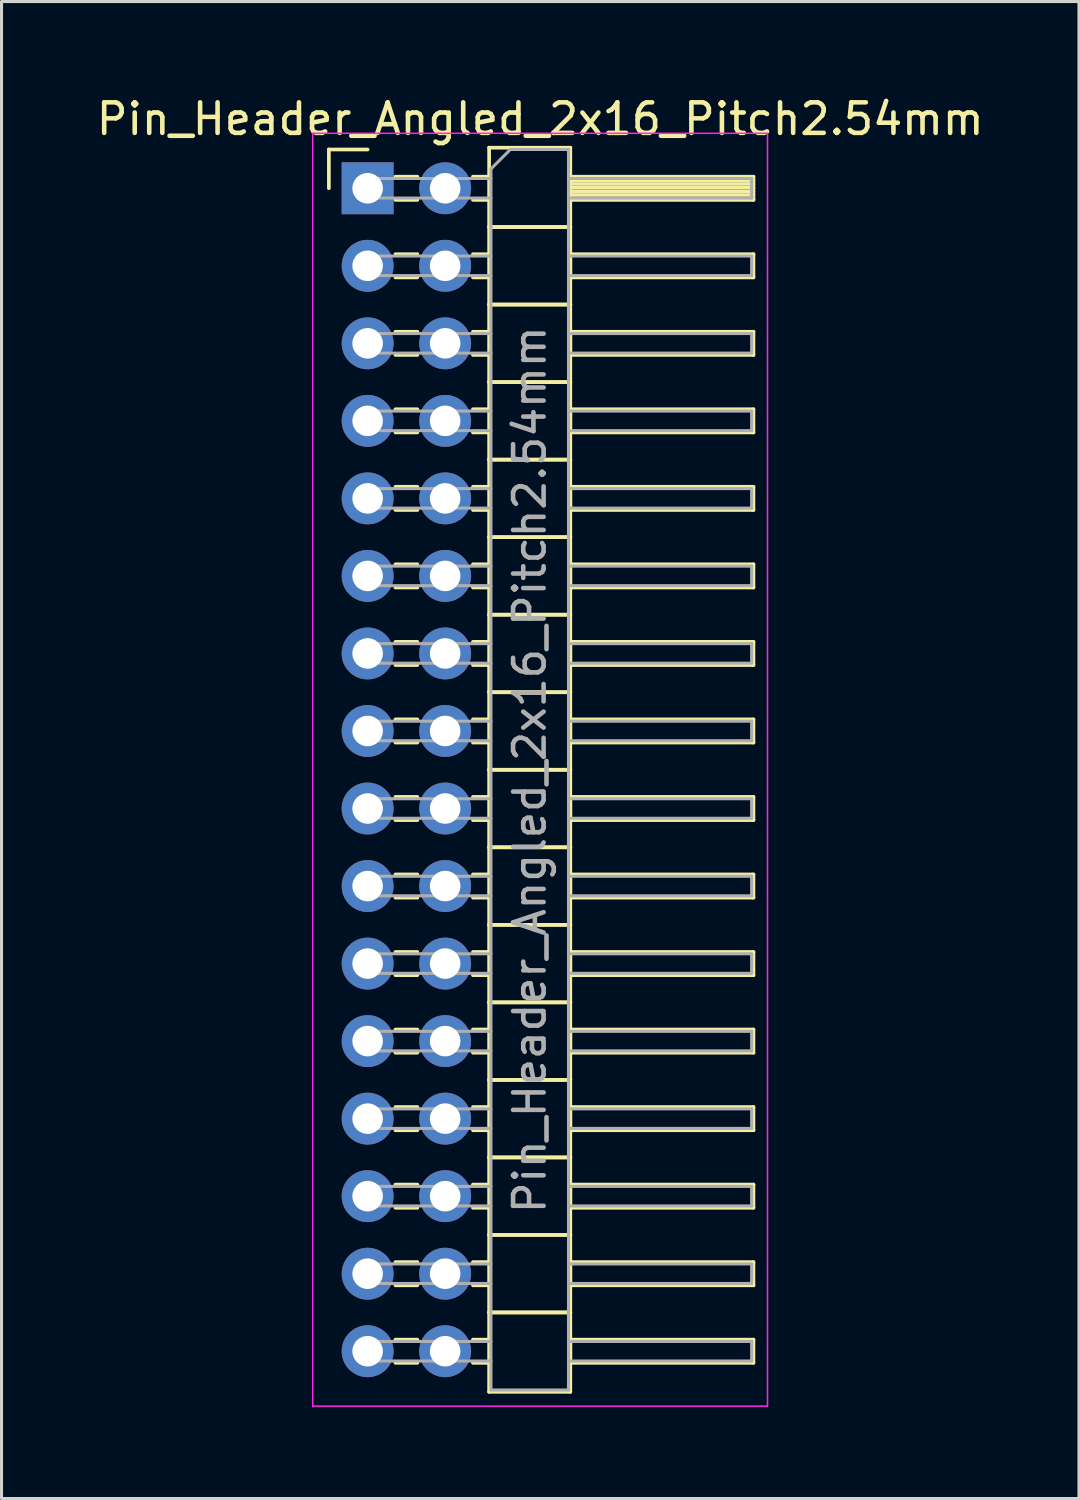
<source format=kicad_pcb>
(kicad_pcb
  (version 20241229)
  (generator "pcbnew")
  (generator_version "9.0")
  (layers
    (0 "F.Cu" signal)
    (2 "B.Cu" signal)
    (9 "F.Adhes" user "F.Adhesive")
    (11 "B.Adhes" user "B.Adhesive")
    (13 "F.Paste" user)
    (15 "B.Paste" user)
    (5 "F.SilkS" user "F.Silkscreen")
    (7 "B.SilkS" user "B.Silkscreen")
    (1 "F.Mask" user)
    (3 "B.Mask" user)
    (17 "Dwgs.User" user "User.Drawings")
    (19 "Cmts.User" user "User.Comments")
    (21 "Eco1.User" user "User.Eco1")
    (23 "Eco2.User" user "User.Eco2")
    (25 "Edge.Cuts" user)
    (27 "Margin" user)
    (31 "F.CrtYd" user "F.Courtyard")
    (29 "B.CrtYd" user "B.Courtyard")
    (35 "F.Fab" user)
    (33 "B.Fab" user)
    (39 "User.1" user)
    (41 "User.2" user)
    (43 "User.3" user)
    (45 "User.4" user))
  (footprint "Pin_Header_Angled_2x16_Pitch2.54mm"
    (layer "F.Cu")
    (at 8.994 3.118)
    (property "Reference" "Pin_Header_Angled_2x16_Pitch2.54mm" (at 5.655 -2.27 0) (layer "F.SilkS") (effects (font (size 1 1) (thickness 0.15))))
    (attr through_hole)
    (fp_line (start -1.27 -1.27) (end 0 -1.27) (stroke (width 0.12) (type solid)) (layer "F.SilkS"))
    (fp_line (start -1.27 0) (end -1.27 -1.27) (stroke (width 0.12) (type solid)) (layer "F.SilkS"))
    (fp_line (start 0.91 -0.38) (end 1.63 -0.38) (stroke (width 0.12) (type solid)) (layer "F.SilkS"))
    (fp_line (start 0.91 0.38) (end 1.63 0.38) (stroke (width 0.12) (type solid)) (layer "F.SilkS"))
    (fp_line (start 0.91 2.16) (end 1.63 2.16) (stroke (width 0.12) (type solid)) (layer "F.SilkS"))
    (fp_line (start 0.91 2.92) (end 1.63 2.92) (stroke (width 0.12) (type solid)) (layer "F.SilkS"))
    (fp_line (start 0.91 4.7) (end 1.63 4.7) (stroke (width 0.12) (type solid)) (layer "F.SilkS"))
    (fp_line (start 0.91 5.46) (end 1.63 5.46) (stroke (width 0.12) (type solid)) (layer "F.SilkS"))
    (fp_line (start 0.91 7.24) (end 1.63 7.24) (stroke (width 0.12) (type solid)) (layer "F.SilkS"))
    (fp_line (start 0.91 8) (end 1.63 8) (stroke (width 0.12) (type solid)) (layer "F.SilkS"))
    (fp_line (start 0.91 9.78) (end 1.63 9.78) (stroke (width 0.12) (type solid)) (layer "F.SilkS"))
    (fp_line (start 0.91 10.54) (end 1.63 10.54) (stroke (width 0.12) (type solid)) (layer "F.SilkS"))
    (fp_line (start 0.91 12.32) (end 1.63 12.32) (stroke (width 0.12) (type solid)) (layer "F.SilkS"))
    (fp_line (start 0.91 13.08) (end 1.63 13.08) (stroke (width 0.12) (type solid)) (layer "F.SilkS"))
    (fp_line (start 0.91 14.86) (end 1.63 14.86) (stroke (width 0.12) (type solid)) (layer "F.SilkS"))
    (fp_line (start 0.91 15.62) (end 1.63 15.62) (stroke (width 0.12) (type solid)) (layer "F.SilkS"))
    (fp_line (start 0.91 17.4) (end 1.63 17.4) (stroke (width 0.12) (type solid)) (layer "F.SilkS"))
    (fp_line (start 0.91 18.16) (end 1.63 18.16) (stroke (width 0.12) (type solid)) (layer "F.SilkS"))
    (fp_line (start 0.91 19.94) (end 1.63 19.94) (stroke (width 0.12) (type solid)) (layer "F.SilkS"))
    (fp_line (start 0.91 20.7) (end 1.63 20.7) (stroke (width 0.12) (type solid)) (layer "F.SilkS"))
    (fp_line (start 0.91 22.48) (end 1.63 22.48) (stroke (width 0.12) (type solid)) (layer "F.SilkS"))
    (fp_line (start 0.91 23.24) (end 1.63 23.24) (stroke (width 0.12) (type solid)) (layer "F.SilkS"))
    (fp_line (start 0.91 25.02) (end 1.63 25.02) (stroke (width 0.12) (type solid)) (layer "F.SilkS"))
    (fp_line (start 0.91 25.78) (end 1.63 25.78) (stroke (width 0.12) (type solid)) (layer "F.SilkS"))
    (fp_line (start 0.91 27.56) (end 1.63 27.56) (stroke (width 0.12) (type solid)) (layer "F.SilkS"))
    (fp_line (start 0.91 28.32) (end 1.63 28.32) (stroke (width 0.12) (type solid)) (layer "F.SilkS"))
    (fp_line (start 0.91 30.1) (end 1.63 30.1) (stroke (width 0.12) (type solid)) (layer "F.SilkS"))
    (fp_line (start 0.91 30.86) (end 1.63 30.86) (stroke (width 0.12) (type solid)) (layer "F.SilkS"))
    (fp_line (start 0.91 32.64) (end 1.63 32.64) (stroke (width 0.12) (type solid)) (layer "F.SilkS"))
    (fp_line (start 0.91 33.4) (end 1.63 33.4) (stroke (width 0.12) (type solid)) (layer "F.SilkS"))
    (fp_line (start 0.91 35.18) (end 1.63 35.18) (stroke (width 0.12) (type solid)) (layer "F.SilkS"))
    (fp_line (start 0.91 35.94) (end 1.63 35.94) (stroke (width 0.12) (type solid)) (layer "F.SilkS"))
    (fp_line (start 0.91 37.72) (end 1.63 37.72) (stroke (width 0.12) (type solid)) (layer "F.SilkS"))
    (fp_line (start 0.91 38.48) (end 1.63 38.48) (stroke (width 0.12) (type solid)) (layer "F.SilkS"))
    (fp_line (start 3.45 -0.38) (end 3.98 -0.38) (stroke (width 0.12) (type solid)) (layer "F.SilkS"))
    (fp_line (start 3.45 0.38) (end 3.98 0.38) (stroke (width 0.12) (type solid)) (layer "F.SilkS"))
    (fp_line (start 3.45 2.16) (end 3.98 2.16) (stroke (width 0.12) (type solid)) (layer "F.SilkS"))
    (fp_line (start 3.45 2.92) (end 3.98 2.92) (stroke (width 0.12) (type solid)) (layer "F.SilkS"))
    (fp_line (start 3.45 4.7) (end 3.98 4.7) (stroke (width 0.12) (type solid)) (layer "F.SilkS"))
    (fp_line (start 3.45 5.46) (end 3.98 5.46) (stroke (width 0.12) (type solid)) (layer "F.SilkS"))
    (fp_line (start 3.45 7.24) (end 3.98 7.24) (stroke (width 0.12) (type solid)) (layer "F.SilkS"))
    (fp_line (start 3.45 8) (end 3.98 8) (stroke (width 0.12) (type solid)) (layer "F.SilkS"))
    (fp_line (start 3.45 9.78) (end 3.98 9.78) (stroke (width 0.12) (type solid)) (layer "F.SilkS"))
    (fp_line (start 3.45 10.54) (end 3.98 10.54) (stroke (width 0.12) (type solid)) (layer "F.SilkS"))
    (fp_line (start 3.45 12.32) (end 3.98 12.32) (stroke (width 0.12) (type solid)) (layer "F.SilkS"))
    (fp_line (start 3.45 13.08) (end 3.98 13.08) (stroke (width 0.12) (type solid)) (layer "F.SilkS"))
    (fp_line (start 3.45 14.86) (end 3.98 14.86) (stroke (width 0.12) (type solid)) (layer "F.SilkS"))
    (fp_line (start 3.45 15.62) (end 3.98 15.62) (stroke (width 0.12) (type solid)) (layer "F.SilkS"))
    (fp_line (start 3.45 17.4) (end 3.98 17.4) (stroke (width 0.12) (type solid)) (layer "F.SilkS"))
    (fp_line (start 3.45 18.16) (end 3.98 18.16) (stroke (width 0.12) (type solid)) (layer "F.SilkS"))
    (fp_line (start 3.45 19.94) (end 3.98 19.94) (stroke (width 0.12) (type solid)) (layer "F.SilkS"))
    (fp_line (start 3.45 20.7) (end 3.98 20.7) (stroke (width 0.12) (type solid)) (layer "F.SilkS"))
    (fp_line (start 3.45 22.48) (end 3.98 22.48) (stroke (width 0.12) (type solid)) (layer "F.SilkS"))
    (fp_line (start 3.45 23.24) (end 3.98 23.24) (stroke (width 0.12) (type solid)) (layer "F.SilkS"))
    (fp_line (start 3.45 25.02) (end 3.98 25.02) (stroke (width 0.12) (type solid)) (layer "F.SilkS"))
    (fp_line (start 3.45 25.78) (end 3.98 25.78) (stroke (width 0.12) (type solid)) (layer "F.SilkS"))
    (fp_line (start 3.45 27.56) (end 3.98 27.56) (stroke (width 0.12) (type solid)) (layer "F.SilkS"))
    (fp_line (start 3.45 28.32) (end 3.98 28.32) (stroke (width 0.12) (type solid)) (layer "F.SilkS"))
    (fp_line (start 3.45 30.1) (end 3.98 30.1) (stroke (width 0.12) (type solid)) (layer "F.SilkS"))
    (fp_line (start 3.45 30.86) (end 3.98 30.86) (stroke (width 0.12) (type solid)) (layer "F.SilkS"))
    (fp_line (start 3.45 32.64) (end 3.98 32.64) (stroke (width 0.12) (type solid)) (layer "F.SilkS"))
    (fp_line (start 3.45 33.4) (end 3.98 33.4) (stroke (width 0.12) (type solid)) (layer "F.SilkS"))
    (fp_line (start 3.45 35.18) (end 3.98 35.18) (stroke (width 0.12) (type solid)) (layer "F.SilkS"))
    (fp_line (start 3.45 35.94) (end 3.98 35.94) (stroke (width 0.12) (type solid)) (layer "F.SilkS"))
    (fp_line (start 3.45 37.72) (end 3.98 37.72) (stroke (width 0.12) (type solid)) (layer "F.SilkS"))
    (fp_line (start 3.45 38.48) (end 3.98 38.48) (stroke (width 0.12) (type solid)) (layer "F.SilkS"))
    (fp_line (start 3.98 -1.33) (end 3.98 1.27) (stroke (width 0.12) (type solid)) (layer "F.SilkS"))
    (fp_line (start 3.98 1.27) (end 3.98 3.81) (stroke (width 0.12) (type solid)) (layer "F.SilkS"))
    (fp_line (start 3.98 1.27) (end 6.64 1.27) (stroke (width 0.12) (type solid)) (layer "F.SilkS"))
    (fp_line (start 3.98 3.81) (end 3.98 6.35) (stroke (width 0.12) (type solid)) (layer "F.SilkS"))
    (fp_line (start 3.98 3.81) (end 6.64 3.81) (stroke (width 0.12) (type solid)) (layer "F.SilkS"))
    (fp_line (start 3.98 6.35) (end 3.98 8.89) (stroke (width 0.12) (type solid)) (layer "F.SilkS"))
    (fp_line (start 3.98 6.35) (end 6.64 6.35) (stroke (width 0.12) (type solid)) (layer "F.SilkS"))
    (fp_line (start 3.98 8.89) (end 3.98 11.43) (stroke (width 0.12) (type solid)) (layer "F.SilkS"))
    (fp_line (start 3.98 8.89) (end 6.64 8.89) (stroke (width 0.12) (type solid)) (layer "F.SilkS"))
    (fp_line (start 3.98 11.43) (end 3.98 13.97) (stroke (width 0.12) (type solid)) (layer "F.SilkS"))
    (fp_line (start 3.98 11.43) (end 6.64 11.43) (stroke (width 0.12) (type solid)) (layer "F.SilkS"))
    (fp_line (start 3.98 13.97) (end 3.98 16.51) (stroke (width 0.12) (type solid)) (layer "F.SilkS"))
    (fp_line (start 3.98 13.97) (end 6.64 13.97) (stroke (width 0.12) (type solid)) (layer "F.SilkS"))
    (fp_line (start 3.98 16.51) (end 3.98 19.05) (stroke (width 0.12) (type solid)) (layer "F.SilkS"))
    (fp_line (start 3.98 16.51) (end 6.64 16.51) (stroke (width 0.12) (type solid)) (layer "F.SilkS"))
    (fp_line (start 3.98 19.05) (end 3.98 21.59) (stroke (width 0.12) (type solid)) (layer "F.SilkS"))
    (fp_line (start 3.98 19.05) (end 6.64 19.05) (stroke (width 0.12) (type solid)) (layer "F.SilkS"))
    (fp_line (start 3.98 21.59) (end 3.98 24.13) (stroke (width 0.12) (type solid)) (layer "F.SilkS"))
    (fp_line (start 3.98 21.59) (end 6.64 21.59) (stroke (width 0.12) (type solid)) (layer "F.SilkS"))
    (fp_line (start 3.98 24.13) (end 3.98 26.67) (stroke (width 0.12) (type solid)) (layer "F.SilkS"))
    (fp_line (start 3.98 24.13) (end 6.64 24.13) (stroke (width 0.12) (type solid)) (layer "F.SilkS"))
    (fp_line (start 3.98 26.67) (end 3.98 29.21) (stroke (width 0.12) (type solid)) (layer "F.SilkS"))
    (fp_line (start 3.98 26.67) (end 6.64 26.67) (stroke (width 0.12) (type solid)) (layer "F.SilkS"))
    (fp_line (start 3.98 29.21) (end 3.98 31.75) (stroke (width 0.12) (type solid)) (layer "F.SilkS"))
    (fp_line (start 3.98 29.21) (end 6.64 29.21) (stroke (width 0.12) (type solid)) (layer "F.SilkS"))
    (fp_line (start 3.98 31.75) (end 3.98 34.29) (stroke (width 0.12) (type solid)) (layer "F.SilkS"))
    (fp_line (start 3.98 31.75) (end 6.64 31.75) (stroke (width 0.12) (type solid)) (layer "F.SilkS"))
    (fp_line (start 3.98 34.29) (end 3.98 36.83) (stroke (width 0.12) (type solid)) (layer "F.SilkS"))
    (fp_line (start 3.98 34.29) (end 6.64 34.29) (stroke (width 0.12) (type solid)) (layer "F.SilkS"))
    (fp_line (start 3.98 36.83) (end 3.98 39.43) (stroke (width 0.12) (type solid)) (layer "F.SilkS"))
    (fp_line (start 3.98 36.83) (end 6.64 36.83) (stroke (width 0.12) (type solid)) (layer "F.SilkS"))
    (fp_line (start 3.98 39.43) (end 6.64 39.43) (stroke (width 0.12) (type solid)) (layer "F.SilkS"))
    (fp_line (start 6.64 -1.33) (end 3.98 -1.33) (stroke (width 0.12) (type solid)) (layer "F.SilkS"))
    (fp_line (start 6.64 -0.38) (end 6.64 0.38) (stroke (width 0.12) (type solid)) (layer "F.SilkS"))
    (fp_line (start 6.64 -0.26) (end 12.64 -0.26) (stroke (width 0.12) (type solid)) (layer "F.SilkS"))
    (fp_line (start 6.64 -0.14) (end 12.64 -0.14) (stroke (width 0.12) (type solid)) (layer "F.SilkS"))
    (fp_line (start 6.64 -0.02) (end 12.64 -0.02) (stroke (width 0.12) (type solid)) (layer "F.SilkS"))
    (fp_line (start 6.64 0.1) (end 12.64 0.1) (stroke (width 0.12) (type solid)) (layer "F.SilkS"))
    (fp_line (start 6.64 0.22) (end 12.64 0.22) (stroke (width 0.12) (type solid)) (layer "F.SilkS"))
    (fp_line (start 6.64 0.34) (end 12.64 0.34) (stroke (width 0.12) (type solid)) (layer "F.SilkS"))
    (fp_line (start 6.64 0.38) (end 12.64 0.38) (stroke (width 0.12) (type solid)) (layer "F.SilkS"))
    (fp_line (start 6.64 1.27) (end 3.98 1.27) (stroke (width 0.12) (type solid)) (layer "F.SilkS"))
    (fp_line (start 6.64 1.27) (end 6.64 -1.33) (stroke (width 0.12) (type solid)) (layer "F.SilkS"))
    (fp_line (start 6.64 2.16) (end 6.64 2.92) (stroke (width 0.12) (type solid)) (layer "F.SilkS"))
    (fp_line (start 6.64 2.92) (end 12.64 2.92) (stroke (width 0.12) (type solid)) (layer "F.SilkS"))
    (fp_line (start 6.64 3.81) (end 3.98 3.81) (stroke (width 0.12) (type solid)) (layer "F.SilkS"))
    (fp_line (start 6.64 3.81) (end 6.64 1.27) (stroke (width 0.12) (type solid)) (layer "F.SilkS"))
    (fp_line (start 6.64 4.7) (end 6.64 5.46) (stroke (width 0.12) (type solid)) (layer "F.SilkS"))
    (fp_line (start 6.64 5.46) (end 12.64 5.46) (stroke (width 0.12) (type solid)) (layer "F.SilkS"))
    (fp_line (start 6.64 6.35) (end 3.98 6.35) (stroke (width 0.12) (type solid)) (layer "F.SilkS"))
    (fp_line (start 6.64 6.35) (end 6.64 3.81) (stroke (width 0.12) (type solid)) (layer "F.SilkS"))
    (fp_line (start 6.64 7.24) (end 6.64 8) (stroke (width 0.12) (type solid)) (layer "F.SilkS"))
    (fp_line (start 6.64 8) (end 12.64 8) (stroke (width 0.12) (type solid)) (layer "F.SilkS"))
    (fp_line (start 6.64 8.89) (end 3.98 8.89) (stroke (width 0.12) (type solid)) (layer "F.SilkS"))
    (fp_line (start 6.64 8.89) (end 6.64 6.35) (stroke (width 0.12) (type solid)) (layer "F.SilkS"))
    (fp_line (start 6.64 9.78) (end 6.64 10.54) (stroke (width 0.12) (type solid)) (layer "F.SilkS"))
    (fp_line (start 6.64 10.54) (end 12.64 10.54) (stroke (width 0.12) (type solid)) (layer "F.SilkS"))
    (fp_line (start 6.64 11.43) (end 3.98 11.43) (stroke (width 0.12) (type solid)) (layer "F.SilkS"))
    (fp_line (start 6.64 11.43) (end 6.64 8.89) (stroke (width 0.12) (type solid)) (layer "F.SilkS"))
    (fp_line (start 6.64 12.32) (end 6.64 13.08) (stroke (width 0.12) (type solid)) (layer "F.SilkS"))
    (fp_line (start 6.64 13.08) (end 12.64 13.08) (stroke (width 0.12) (type solid)) (layer "F.SilkS"))
    (fp_line (start 6.64 13.97) (end 3.98 13.97) (stroke (width 0.12) (type solid)) (layer "F.SilkS"))
    (fp_line (start 6.64 13.97) (end 6.64 11.43) (stroke (width 0.12) (type solid)) (layer "F.SilkS"))
    (fp_line (start 6.64 14.86) (end 6.64 15.62) (stroke (width 0.12) (type solid)) (layer "F.SilkS"))
    (fp_line (start 6.64 15.62) (end 12.64 15.62) (stroke (width 0.12) (type solid)) (layer "F.SilkS"))
    (fp_line (start 6.64 16.51) (end 3.98 16.51) (stroke (width 0.12) (type solid)) (layer "F.SilkS"))
    (fp_line (start 6.64 16.51) (end 6.64 13.97) (stroke (width 0.12) (type solid)) (layer "F.SilkS"))
    (fp_line (start 6.64 17.4) (end 6.64 18.16) (stroke (width 0.12) (type solid)) (layer "F.SilkS"))
    (fp_line (start 6.64 18.16) (end 12.64 18.16) (stroke (width 0.12) (type solid)) (layer "F.SilkS"))
    (fp_line (start 6.64 19.05) (end 3.98 19.05) (stroke (width 0.12) (type solid)) (layer "F.SilkS"))
    (fp_line (start 6.64 19.05) (end 6.64 16.51) (stroke (width 0.12) (type solid)) (layer "F.SilkS"))
    (fp_line (start 6.64 19.94) (end 6.64 20.7) (stroke (width 0.12) (type solid)) (layer "F.SilkS"))
    (fp_line (start 6.64 20.7) (end 12.64 20.7) (stroke (width 0.12) (type solid)) (layer "F.SilkS"))
    (fp_line (start 6.64 21.59) (end 3.98 21.59) (stroke (width 0.12) (type solid)) (layer "F.SilkS"))
    (fp_line (start 6.64 21.59) (end 6.64 19.05) (stroke (width 0.12) (type solid)) (layer "F.SilkS"))
    (fp_line (start 6.64 22.48) (end 6.64 23.24) (stroke (width 0.12) (type solid)) (layer "F.SilkS"))
    (fp_line (start 6.64 23.24) (end 12.64 23.24) (stroke (width 0.12) (type solid)) (layer "F.SilkS"))
    (fp_line (start 6.64 24.13) (end 3.98 24.13) (stroke (width 0.12) (type solid)) (layer "F.SilkS"))
    (fp_line (start 6.64 24.13) (end 6.64 21.59) (stroke (width 0.12) (type solid)) (layer "F.SilkS"))
    (fp_line (start 6.64 25.02) (end 6.64 25.78) (stroke (width 0.12) (type solid)) (layer "F.SilkS"))
    (fp_line (start 6.64 25.78) (end 12.64 25.78) (stroke (width 0.12) (type solid)) (layer "F.SilkS"))
    (fp_line (start 6.64 26.67) (end 3.98 26.67) (stroke (width 0.12) (type solid)) (layer "F.SilkS"))
    (fp_line (start 6.64 26.67) (end 6.64 24.13) (stroke (width 0.12) (type solid)) (layer "F.SilkS"))
    (fp_line (start 6.64 27.56) (end 6.64 28.32) (stroke (width 0.12) (type solid)) (layer "F.SilkS"))
    (fp_line (start 6.64 28.32) (end 12.64 28.32) (stroke (width 0.12) (type solid)) (layer "F.SilkS"))
    (fp_line (start 6.64 29.21) (end 3.98 29.21) (stroke (width 0.12) (type solid)) (layer "F.SilkS"))
    (fp_line (start 6.64 29.21) (end 6.64 26.67) (stroke (width 0.12) (type solid)) (layer "F.SilkS"))
    (fp_line (start 6.64 30.1) (end 6.64 30.86) (stroke (width 0.12) (type solid)) (layer "F.SilkS"))
    (fp_line (start 6.64 30.86) (end 12.64 30.86) (stroke (width 0.12) (type solid)) (layer "F.SilkS"))
    (fp_line (start 6.64 31.75) (end 3.98 31.75) (stroke (width 0.12) (type solid)) (layer "F.SilkS"))
    (fp_line (start 6.64 31.75) (end 6.64 29.21) (stroke (width 0.12) (type solid)) (layer "F.SilkS"))
    (fp_line (start 6.64 32.64) (end 6.64 33.4) (stroke (width 0.12) (type solid)) (layer "F.SilkS"))
    (fp_line (start 6.64 33.4) (end 12.64 33.4) (stroke (width 0.12) (type solid)) (layer "F.SilkS"))
    (fp_line (start 6.64 34.29) (end 3.98 34.29) (stroke (width 0.12) (type solid)) (layer "F.SilkS"))
    (fp_line (start 6.64 34.29) (end 6.64 31.75) (stroke (width 0.12) (type solid)) (layer "F.SilkS"))
    (fp_line (start 6.64 35.18) (end 6.64 35.94) (stroke (width 0.12) (type solid)) (layer "F.SilkS"))
    (fp_line (start 6.64 35.94) (end 12.64 35.94) (stroke (width 0.12) (type solid)) (layer "F.SilkS"))
    (fp_line (start 6.64 36.83) (end 3.98 36.83) (stroke (width 0.12) (type solid)) (layer "F.SilkS"))
    (fp_line (start 6.64 36.83) (end 6.64 34.29) (stroke (width 0.12) (type solid)) (layer "F.SilkS"))
    (fp_line (start 6.64 37.72) (end 6.64 38.48) (stroke (width 0.12) (type solid)) (layer "F.SilkS"))
    (fp_line (start 6.64 38.48) (end 12.64 38.48) (stroke (width 0.12) (type solid)) (layer "F.SilkS"))
    (fp_line (start 6.64 39.43) (end 6.64 36.83) (stroke (width 0.12) (type solid)) (layer "F.SilkS"))
    (fp_line (start 12.64 -0.38) (end 6.64 -0.38) (stroke (width 0.12) (type solid)) (layer "F.SilkS"))
    (fp_line (start 12.64 0.38) (end 12.64 -0.38) (stroke (width 0.12) (type solid)) (layer "F.SilkS"))
    (fp_line (start 12.64 2.16) (end 6.64 2.16) (stroke (width 0.12) (type solid)) (layer "F.SilkS"))
    (fp_line (start 12.64 2.92) (end 12.64 2.16) (stroke (width 0.12) (type solid)) (layer "F.SilkS"))
    (fp_line (start 12.64 4.7) (end 6.64 4.7) (stroke (width 0.12) (type solid)) (layer "F.SilkS"))
    (fp_line (start 12.64 5.46) (end 12.64 4.7) (stroke (width 0.12) (type solid)) (layer "F.SilkS"))
    (fp_line (start 12.64 7.24) (end 6.64 7.24) (stroke (width 0.12) (type solid)) (layer "F.SilkS"))
    (fp_line (start 12.64 8) (end 12.64 7.24) (stroke (width 0.12) (type solid)) (layer "F.SilkS"))
    (fp_line (start 12.64 9.78) (end 6.64 9.78) (stroke (width 0.12) (type solid)) (layer "F.SilkS"))
    (fp_line (start 12.64 10.54) (end 12.64 9.78) (stroke (width 0.12) (type solid)) (layer "F.SilkS"))
    (fp_line (start 12.64 12.32) (end 6.64 12.32) (stroke (width 0.12) (type solid)) (layer "F.SilkS"))
    (fp_line (start 12.64 13.08) (end 12.64 12.32) (stroke (width 0.12) (type solid)) (layer "F.SilkS"))
    (fp_line (start 12.64 14.86) (end 6.64 14.86) (stroke (width 0.12) (type solid)) (layer "F.SilkS"))
    (fp_line (start 12.64 15.62) (end 12.64 14.86) (stroke (width 0.12) (type solid)) (layer "F.SilkS"))
    (fp_line (start 12.64 17.4) (end 6.64 17.4) (stroke (width 0.12) (type solid)) (layer "F.SilkS"))
    (fp_line (start 12.64 18.16) (end 12.64 17.4) (stroke (width 0.12) (type solid)) (layer "F.SilkS"))
    (fp_line (start 12.64 19.94) (end 6.64 19.94) (stroke (width 0.12) (type solid)) (layer "F.SilkS"))
    (fp_line (start 12.64 20.7) (end 12.64 19.94) (stroke (width 0.12) (type solid)) (layer "F.SilkS"))
    (fp_line (start 12.64 22.48) (end 6.64 22.48) (stroke (width 0.12) (type solid)) (layer "F.SilkS"))
    (fp_line (start 12.64 23.24) (end 12.64 22.48) (stroke (width 0.12) (type solid)) (layer "F.SilkS"))
    (fp_line (start 12.64 25.02) (end 6.64 25.02) (stroke (width 0.12) (type solid)) (layer "F.SilkS"))
    (fp_line (start 12.64 25.78) (end 12.64 25.02) (stroke (width 0.12) (type solid)) (layer "F.SilkS"))
    (fp_line (start 12.64 27.56) (end 6.64 27.56) (stroke (width 0.12) (type solid)) (layer "F.SilkS"))
    (fp_line (start 12.64 28.32) (end 12.64 27.56) (stroke (width 0.12) (type solid)) (layer "F.SilkS"))
    (fp_line (start 12.64 30.1) (end 6.64 30.1) (stroke (width 0.12) (type solid)) (layer "F.SilkS"))
    (fp_line (start 12.64 30.86) (end 12.64 30.1) (stroke (width 0.12) (type solid)) (layer "F.SilkS"))
    (fp_line (start 12.64 32.64) (end 6.64 32.64) (stroke (width 0.12) (type solid)) (layer "F.SilkS"))
    (fp_line (start 12.64 33.4) (end 12.64 32.64) (stroke (width 0.12) (type solid)) (layer "F.SilkS"))
    (fp_line (start 12.64 35.18) (end 6.64 35.18) (stroke (width 0.12) (type solid)) (layer "F.SilkS"))
    (fp_line (start 12.64 35.94) (end 12.64 35.18) (stroke (width 0.12) (type solid)) (layer "F.SilkS"))
    (fp_line (start 12.64 37.72) (end 6.64 37.72) (stroke (width 0.12) (type solid)) (layer "F.SilkS"))
    (fp_line (start 12.64 38.48) (end 12.64 37.72) (stroke (width 0.12) (type solid)) (layer "F.SilkS"))
    (fp_line (start -1.8 -1.8) (end -1.8 39.9) (stroke (width 0.05) (type solid)) (layer "F.CrtYd"))
    (fp_line (start -1.8 39.9) (end 13.1 39.9) (stroke (width 0.05) (type solid)) (layer "F.CrtYd"))
    (fp_line (start 13.1 -1.8) (end -1.8 -1.8) (stroke (width 0.05) (type solid)) (layer "F.CrtYd"))
    (fp_line (start 13.1 39.9) (end 13.1 -1.8) (stroke (width 0.05) (type solid)) (layer "F.CrtYd"))
    (fp_line (start -0.32 -0.32) (end -0.32 0.32) (stroke (width 0.1) (type solid)) (layer "F.Fab"))
    (fp_line (start -0.32 -0.32) (end 4.04 -0.32) (stroke (width 0.1) (type solid)) (layer "F.Fab"))
    (fp_line (start -0.32 0.32) (end 4.04 0.32) (stroke (width 0.1) (type solid)) (layer "F.Fab"))
    (fp_line (start -0.32 2.22) (end -0.32 2.86) (stroke (width 0.1) (type solid)) (layer "F.Fab"))
    (fp_line (start -0.32 2.22) (end 4.04 2.22) (stroke (width 0.1) (type solid)) (layer "F.Fab"))
    (fp_line (start -0.32 2.86) (end 4.04 2.86) (stroke (width 0.1) (type solid)) (layer "F.Fab"))
    (fp_line (start -0.32 4.76) (end -0.32 5.4) (stroke (width 0.1) (type solid)) (layer "F.Fab"))
    (fp_line (start -0.32 4.76) (end 4.04 4.76) (stroke (width 0.1) (type solid)) (layer "F.Fab"))
    (fp_line (start -0.32 5.4) (end 4.04 5.4) (stroke (width 0.1) (type solid)) (layer "F.Fab"))
    (fp_line (start -0.32 7.3) (end -0.32 7.94) (stroke (width 0.1) (type solid)) (layer "F.Fab"))
    (fp_line (start -0.32 7.3) (end 4.04 7.3) (stroke (width 0.1) (type solid)) (layer "F.Fab"))
    (fp_line (start -0.32 7.94) (end 4.04 7.94) (stroke (width 0.1) (type solid)) (layer "F.Fab"))
    (fp_line (start -0.32 9.84) (end -0.32 10.48) (stroke (width 0.1) (type solid)) (layer "F.Fab"))
    (fp_line (start -0.32 9.84) (end 4.04 9.84) (stroke (width 0.1) (type solid)) (layer "F.Fab"))
    (fp_line (start -0.32 10.48) (end 4.04 10.48) (stroke (width 0.1) (type solid)) (layer "F.Fab"))
    (fp_line (start -0.32 12.38) (end -0.32 13.02) (stroke (width 0.1) (type solid)) (layer "F.Fab"))
    (fp_line (start -0.32 12.38) (end 4.04 12.38) (stroke (width 0.1) (type solid)) (layer "F.Fab"))
    (fp_line (start -0.32 13.02) (end 4.04 13.02) (stroke (width 0.1) (type solid)) (layer "F.Fab"))
    (fp_line (start -0.32 14.92) (end -0.32 15.56) (stroke (width 0.1) (type solid)) (layer "F.Fab"))
    (fp_line (start -0.32 14.92) (end 4.04 14.92) (stroke (width 0.1) (type solid)) (layer "F.Fab"))
    (fp_line (start -0.32 15.56) (end 4.04 15.56) (stroke (width 0.1) (type solid)) (layer "F.Fab"))
    (fp_line (start -0.32 17.46) (end -0.32 18.1) (stroke (width 0.1) (type solid)) (layer "F.Fab"))
    (fp_line (start -0.32 17.46) (end 4.04 17.46) (stroke (width 0.1) (type solid)) (layer "F.Fab"))
    (fp_line (start -0.32 18.1) (end 4.04 18.1) (stroke (width 0.1) (type solid)) (layer "F.Fab"))
    (fp_line (start -0.32 20) (end -0.32 20.64) (stroke (width 0.1) (type solid)) (layer "F.Fab"))
    (fp_line (start -0.32 20) (end 4.04 20) (stroke (width 0.1) (type solid)) (layer "F.Fab"))
    (fp_line (start -0.32 20.64) (end 4.04 20.64) (stroke (width 0.1) (type solid)) (layer "F.Fab"))
    (fp_line (start -0.32 22.54) (end -0.32 23.18) (stroke (width 0.1) (type solid)) (layer "F.Fab"))
    (fp_line (start -0.32 22.54) (end 4.04 22.54) (stroke (width 0.1) (type solid)) (layer "F.Fab"))
    (fp_line (start -0.32 23.18) (end 4.04 23.18) (stroke (width 0.1) (type solid)) (layer "F.Fab"))
    (fp_line (start -0.32 25.08) (end -0.32 25.72) (stroke (width 0.1) (type solid)) (layer "F.Fab"))
    (fp_line (start -0.32 25.08) (end 4.04 25.08) (stroke (width 0.1) (type solid)) (layer "F.Fab"))
    (fp_line (start -0.32 25.72) (end 4.04 25.72) (stroke (width 0.1) (type solid)) (layer "F.Fab"))
    (fp_line (start -0.32 27.62) (end -0.32 28.26) (stroke (width 0.1) (type solid)) (layer "F.Fab"))
    (fp_line (start -0.32 27.62) (end 4.04 27.62) (stroke (width 0.1) (type solid)) (layer "F.Fab"))
    (fp_line (start -0.32 28.26) (end 4.04 28.26) (stroke (width 0.1) (type solid)) (layer "F.Fab"))
    (fp_line (start -0.32 30.16) (end -0.32 30.8) (stroke (width 0.1) (type solid)) (layer "F.Fab"))
    (fp_line (start -0.32 30.16) (end 4.04 30.16) (stroke (width 0.1) (type solid)) (layer "F.Fab"))
    (fp_line (start -0.32 30.8) (end 4.04 30.8) (stroke (width 0.1) (type solid)) (layer "F.Fab"))
    (fp_line (start -0.32 32.7) (end -0.32 33.34) (stroke (width 0.1) (type solid)) (layer "F.Fab"))
    (fp_line (start -0.32 32.7) (end 4.04 32.7) (stroke (width 0.1) (type solid)) (layer "F.Fab"))
    (fp_line (start -0.32 33.34) (end 4.04 33.34) (stroke (width 0.1) (type solid)) (layer "F.Fab"))
    (fp_line (start -0.32 35.24) (end -0.32 35.88) (stroke (width 0.1) (type solid)) (layer "F.Fab"))
    (fp_line (start -0.32 35.24) (end 4.04 35.24) (stroke (width 0.1) (type solid)) (layer "F.Fab"))
    (fp_line (start -0.32 35.88) (end 4.04 35.88) (stroke (width 0.1) (type solid)) (layer "F.Fab"))
    (fp_line (start -0.32 37.78) (end -0.32 38.42) (stroke (width 0.1) (type solid)) (layer "F.Fab"))
    (fp_line (start -0.32 37.78) (end 4.04 37.78) (stroke (width 0.1) (type solid)) (layer "F.Fab"))
    (fp_line (start -0.32 38.42) (end 4.04 38.42) (stroke (width 0.1) (type solid)) (layer "F.Fab"))
    (fp_line (start 4.04 -0.635) (end 4.675 -1.27) (stroke (width 0.1) (type solid)) (layer "F.Fab"))
    (fp_line (start 4.04 39.37) (end 4.04 -0.635) (stroke (width 0.1) (type solid)) (layer "F.Fab"))
    (fp_line (start 4.675 -1.27) (end 6.58 -1.27) (stroke (width 0.1) (type solid)) (layer "F.Fab"))
    (fp_line (start 6.58 -1.27) (end 6.58 39.37) (stroke (width 0.1) (type solid)) (layer "F.Fab"))
    (fp_line (start 6.58 -0.32) (end 12.58 -0.32) (stroke (width 0.1) (type solid)) (layer "F.Fab"))
    (fp_line (start 6.58 0.32) (end 12.58 0.32) (stroke (width 0.1) (type solid)) (layer "F.Fab"))
    (fp_line (start 6.58 2.22) (end 12.58 2.22) (stroke (width 0.1) (type solid)) (layer "F.Fab"))
    (fp_line (start 6.58 2.86) (end 12.58 2.86) (stroke (width 0.1) (type solid)) (layer "F.Fab"))
    (fp_line (start 6.58 4.76) (end 12.58 4.76) (stroke (width 0.1) (type solid)) (layer "F.Fab"))
    (fp_line (start 6.58 5.4) (end 12.58 5.4) (stroke (width 0.1) (type solid)) (layer "F.Fab"))
    (fp_line (start 6.58 7.3) (end 12.58 7.3) (stroke (width 0.1) (type solid)) (layer "F.Fab"))
    (fp_line (start 6.58 7.94) (end 12.58 7.94) (stroke (width 0.1) (type solid)) (layer "F.Fab"))
    (fp_line (start 6.58 9.84) (end 12.58 9.84) (stroke (width 0.1) (type solid)) (layer "F.Fab"))
    (fp_line (start 6.58 10.48) (end 12.58 10.48) (stroke (width 0.1) (type solid)) (layer "F.Fab"))
    (fp_line (start 6.58 12.38) (end 12.58 12.38) (stroke (width 0.1) (type solid)) (layer "F.Fab"))
    (fp_line (start 6.58 13.02) (end 12.58 13.02) (stroke (width 0.1) (type solid)) (layer "F.Fab"))
    (fp_line (start 6.58 14.92) (end 12.58 14.92) (stroke (width 0.1) (type solid)) (layer "F.Fab"))
    (fp_line (start 6.58 15.56) (end 12.58 15.56) (stroke (width 0.1) (type solid)) (layer "F.Fab"))
    (fp_line (start 6.58 17.46) (end 12.58 17.46) (stroke (width 0.1) (type solid)) (layer "F.Fab"))
    (fp_line (start 6.58 18.1) (end 12.58 18.1) (stroke (width 0.1) (type solid)) (layer "F.Fab"))
    (fp_line (start 6.58 20) (end 12.58 20) (stroke (width 0.1) (type solid)) (layer "F.Fab"))
    (fp_line (start 6.58 20.64) (end 12.58 20.64) (stroke (width 0.1) (type solid)) (layer "F.Fab"))
    (fp_line (start 6.58 22.54) (end 12.58 22.54) (stroke (width 0.1) (type solid)) (layer "F.Fab"))
    (fp_line (start 6.58 23.18) (end 12.58 23.18) (stroke (width 0.1) (type solid)) (layer "F.Fab"))
    (fp_line (start 6.58 25.08) (end 12.58 25.08) (stroke (width 0.1) (type solid)) (layer "F.Fab"))
    (fp_line (start 6.58 25.72) (end 12.58 25.72) (stroke (width 0.1) (type solid)) (layer "F.Fab"))
    (fp_line (start 6.58 27.62) (end 12.58 27.62) (stroke (width 0.1) (type solid)) (layer "F.Fab"))
    (fp_line (start 6.58 28.26) (end 12.58 28.26) (stroke (width 0.1) (type solid)) (layer "F.Fab"))
    (fp_line (start 6.58 30.16) (end 12.58 30.16) (stroke (width 0.1) (type solid)) (layer "F.Fab"))
    (fp_line (start 6.58 30.8) (end 12.58 30.8) (stroke (width 0.1) (type solid)) (layer "F.Fab"))
    (fp_line (start 6.58 32.7) (end 12.58 32.7) (stroke (width 0.1) (type solid)) (layer "F.Fab"))
    (fp_line (start 6.58 33.34) (end 12.58 33.34) (stroke (width 0.1) (type solid)) (layer "F.Fab"))
    (fp_line (start 6.58 35.24) (end 12.58 35.24) (stroke (width 0.1) (type solid)) (layer "F.Fab"))
    (fp_line (start 6.58 35.88) (end 12.58 35.88) (stroke (width 0.1) (type solid)) (layer "F.Fab"))
    (fp_line (start 6.58 37.78) (end 12.58 37.78) (stroke (width 0.1) (type solid)) (layer "F.Fab"))
    (fp_line (start 6.58 38.42) (end 12.58 38.42) (stroke (width 0.1) (type solid)) (layer "F.Fab"))
    (fp_line (start 6.58 39.37) (end 4.04 39.37) (stroke (width 0.1) (type solid)) (layer "F.Fab"))
    (fp_line (start 12.58 -0.32) (end 12.58 0.32) (stroke (width 0.1) (type solid)) (layer "F.Fab"))
    (fp_line (start 12.58 2.22) (end 12.58 2.86) (stroke (width 0.1) (type solid)) (layer "F.Fab"))
    (fp_line (start 12.58 4.76) (end 12.58 5.4) (stroke (width 0.1) (type solid)) (layer "F.Fab"))
    (fp_line (start 12.58 7.3) (end 12.58 7.94) (stroke (width 0.1) (type solid)) (layer "F.Fab"))
    (fp_line (start 12.58 9.84) (end 12.58 10.48) (stroke (width 0.1) (type solid)) (layer "F.Fab"))
    (fp_line (start 12.58 12.38) (end 12.58 13.02) (stroke (width 0.1) (type solid)) (layer "F.Fab"))
    (fp_line (start 12.58 14.92) (end 12.58 15.56) (stroke (width 0.1) (type solid)) (layer "F.Fab"))
    (fp_line (start 12.58 17.46) (end 12.58 18.1) (stroke (width 0.1) (type solid)) (layer "F.Fab"))
    (fp_line (start 12.58 20) (end 12.58 20.64) (stroke (width 0.1) (type solid)) (layer "F.Fab"))
    (fp_line (start 12.58 22.54) (end 12.58 23.18) (stroke (width 0.1) (type solid)) (layer "F.Fab"))
    (fp_line (start 12.58 25.08) (end 12.58 25.72) (stroke (width 0.1) (type solid)) (layer "F.Fab"))
    (fp_line (start 12.58 27.62) (end 12.58 28.26) (stroke (width 0.1) (type solid)) (layer "F.Fab"))
    (fp_line (start 12.58 30.16) (end 12.58 30.8) (stroke (width 0.1) (type solid)) (layer "F.Fab"))
    (fp_line (start 12.58 32.7) (end 12.58 33.34) (stroke (width 0.1) (type solid)) (layer "F.Fab"))
    (fp_line (start 12.58 35.24) (end 12.58 35.88) (stroke (width 0.1) (type solid)) (layer "F.Fab"))
    (fp_line (start 12.58 37.78) (end 12.58 38.42) (stroke (width 0.1) (type solid)) (layer "F.Fab"))
    (fp_text user "${REFERENCE}" (at 5.31 19.05 90) (layer "F.Fab") (effects (font (size 1 1) (thickness 0.15))))
    (pad "1" thru_hole rect (at 0 0) (size 1.7 1.7) (drill 1) (layers "*.Cu" "*.Mask"))
    (pad "2" thru_hole oval (at 2.54 0) (size 1.7 1.7) (drill 1) (layers "*.Cu" "*.Mask"))
    (pad "3" thru_hole oval (at 0 2.54) (size 1.7 1.7) (drill 1) (layers "*.Cu" "*.Mask"))
    (pad "4" thru_hole oval (at 2.54 2.54) (size 1.7 1.7) (drill 1) (layers "*.Cu" "*.Mask"))
    (pad "5" thru_hole oval (at 0 5.08) (size 1.7 1.7) (drill 1) (layers "*.Cu" "*.Mask"))
    (pad "6" thru_hole oval (at 2.54 5.08) (size 1.7 1.7) (drill 1) (layers "*.Cu" "*.Mask"))
    (pad "7" thru_hole oval (at 0 7.62) (size 1.7 1.7) (drill 1) (layers "*.Cu" "*.Mask"))
    (pad "8" thru_hole oval (at 2.54 7.62) (size 1.7 1.7) (drill 1) (layers "*.Cu" "*.Mask"))
    (pad "9" thru_hole oval (at 0 10.16) (size 1.7 1.7) (drill 1) (layers "*.Cu" "*.Mask"))
    (pad "10" thru_hole oval (at 2.54 10.16) (size 1.7 1.7) (drill 1) (layers "*.Cu" "*.Mask"))
    (pad "11" thru_hole oval (at 0 12.7) (size 1.7 1.7) (drill 1) (layers "*.Cu" "*.Mask"))
    (pad "12" thru_hole oval (at 2.54 12.7) (size 1.7 1.7) (drill 1) (layers "*.Cu" "*.Mask"))
    (pad "13" thru_hole oval (at 0 15.24) (size 1.7 1.7) (drill 1) (layers "*.Cu" "*.Mask"))
    (pad "14" thru_hole oval (at 2.54 15.24) (size 1.7 1.7) (drill 1) (layers "*.Cu" "*.Mask"))
    (pad "15" thru_hole oval (at 0 17.78) (size 1.7 1.7) (drill 1) (layers "*.Cu" "*.Mask"))
    (pad "16" thru_hole oval (at 2.54 17.78) (size 1.7 1.7) (drill 1) (layers "*.Cu" "*.Mask"))
    (pad "17" thru_hole oval (at 0 20.32) (size 1.7 1.7) (drill 1) (layers "*.Cu" "*.Mask"))
    (pad "18" thru_hole oval (at 2.54 20.32) (size 1.7 1.7) (drill 1) (layers "*.Cu" "*.Mask"))
    (pad "19" thru_hole oval (at 0 22.86) (size 1.7 1.7) (drill 1) (layers "*.Cu" "*.Mask"))
    (pad "20" thru_hole oval (at 2.54 22.86) (size 1.7 1.7) (drill 1) (layers "*.Cu" "*.Mask"))
    (pad "21" thru_hole oval (at 0 25.4) (size 1.7 1.7) (drill 1) (layers "*.Cu" "*.Mask"))
    (pad "22" thru_hole oval (at 2.54 25.4) (size 1.7 1.7) (drill 1) (layers "*.Cu" "*.Mask"))
    (pad "23" thru_hole oval (at 0 27.94) (size 1.7 1.7) (drill 1) (layers "*.Cu" "*.Mask"))
    (pad "24" thru_hole oval (at 2.54 27.94) (size 1.7 1.7) (drill 1) (layers "*.Cu" "*.Mask"))
    (pad "25" thru_hole oval (at 0 30.48) (size 1.7 1.7) (drill 1) (layers "*.Cu" "*.Mask"))
    (pad "26" thru_hole oval (at 2.54 30.48) (size 1.7 1.7) (drill 1) (layers "*.Cu" "*.Mask"))
    (pad "27" thru_hole oval (at 0 33.02) (size 1.7 1.7) (drill 1) (layers "*.Cu" "*.Mask"))
    (pad "28" thru_hole oval (at 2.54 33.02) (size 1.7 1.7) (drill 1) (layers "*.Cu" "*.Mask"))
    (pad "29" thru_hole oval (at 0 35.56) (size 1.7 1.7) (drill 1) (layers "*.Cu" "*.Mask"))
    (pad "30" thru_hole oval (at 2.54 35.56) (size 1.7 1.7) (drill 1) (layers "*.Cu" "*.Mask"))
    (pad "31" thru_hole oval (at 0 38.1) (size 1.7 1.7) (drill 1) (layers "*.Cu" "*.Mask"))
    (pad "32" thru_hole oval (at 2.54 38.1) (size 1.7 1.7) (drill 1) (layers "*.Cu" "*.Mask")))
  (gr_rect
    (start -3 -3)
    (end 32.298 46.043)
    (stroke (width 0.1) (type default))
    (fill no)
    (layer "Edge.Cuts")))
</source>
